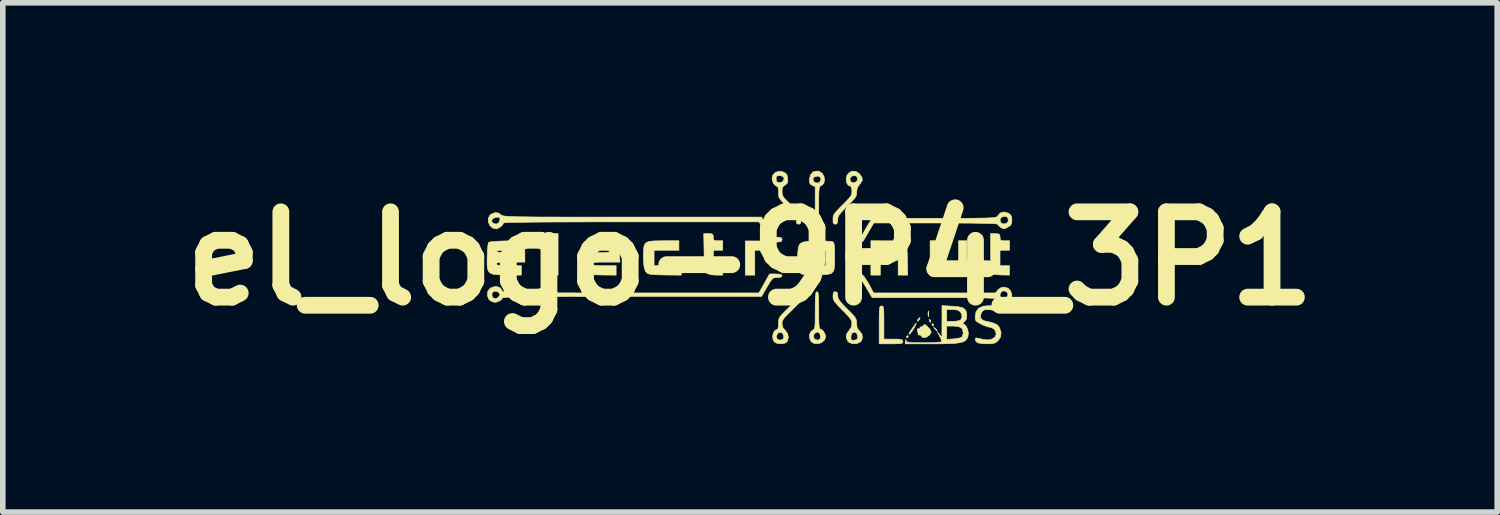
<source format=kicad_pcb>
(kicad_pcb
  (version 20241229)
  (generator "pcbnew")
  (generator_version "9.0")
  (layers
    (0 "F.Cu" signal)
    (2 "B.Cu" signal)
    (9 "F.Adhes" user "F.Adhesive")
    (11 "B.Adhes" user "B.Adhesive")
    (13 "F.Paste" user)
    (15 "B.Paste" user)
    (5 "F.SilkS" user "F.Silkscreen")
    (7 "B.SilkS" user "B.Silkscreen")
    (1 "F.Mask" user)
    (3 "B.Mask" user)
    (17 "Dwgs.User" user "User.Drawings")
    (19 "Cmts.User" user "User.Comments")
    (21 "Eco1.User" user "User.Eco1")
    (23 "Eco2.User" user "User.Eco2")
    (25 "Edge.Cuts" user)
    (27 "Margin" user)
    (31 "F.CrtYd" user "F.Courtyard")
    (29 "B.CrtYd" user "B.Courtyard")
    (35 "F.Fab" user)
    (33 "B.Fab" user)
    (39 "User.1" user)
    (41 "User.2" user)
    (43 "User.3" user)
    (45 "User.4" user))
  (footprint "el_logo-9P4_3P1"
    (layer "F.Cu")
    (at 10.349 1.569)
    (property "Reference" "el_logo-9P4_3P1" (at 0 0 0) (layer "F.SilkS") (effects (font (size 1.524 1.524) (thickness 0.3))))
    (attr through_hole)
    (fp_poly (pts (xy -3.429 0.296) (xy -3.619 0.296) (xy -3.619 -0.445) (xy -3.429 -0.445) (xy -3.429 0.296)) (stroke (width 0.01) (type solid)) (fill yes) (layer "F.SilkS"))
    (fp_poly (pts (xy 0.095 -0.314) (xy 0.275 -0.314) (xy 0.275 -0.148) (xy 0.085 -0.148) (xy 0.085 0.296) (xy -0.085 0.296) (xy -0.085 -0.315) (xy 0.095 -0.314)) (stroke (width 0.01) (type solid)) (fill yes) (layer "F.SilkS"))
    (fp_poly (pts (xy 3.217 1.095) (xy 3.225 1.11) (xy 3.23 1.14) (xy 3.216 1.134) (xy 3.206 1.12) (xy 3.199 1.093) (xy 3.202 1.088) (xy 3.217 1.095)) (stroke (width 0.01) (type solid)) (fill yes) (layer "F.SilkS"))
    (fp_poly (pts (xy 2.829 1.389) (xy 2.826 1.397) (xy 2.807 1.417) (xy 2.803 1.418) (xy 2.794 1.402) (xy 2.794 1.397) (xy 2.81 1.377) (xy 2.816 1.376) (xy 2.829 1.389)) (stroke (width 0.01) (type solid)) (fill yes) (layer "F.SilkS"))
    (fp_poly (pts (xy 3.039 1.071) (xy 3.027 1.09) (xy 3.002 1.116) (xy 2.993 1.122) (xy 2.993 1.106) (xy 2.998 1.09) (xy 3.02 1.062) (xy 3.032 1.058) (xy 3.039 1.071)) (stroke (width 0.01) (type solid)) (fill yes) (layer "F.SilkS"))
    (fp_poly (pts (xy 3.19 0.947) (xy 3.193 1.003) (xy 3.19 1.032) (xy 3.184 1.037) (xy 3.181 1.007) (xy 3.18 0.984) (xy 3.182 0.943) (xy 3.187 0.937) (xy 3.19 0.947)) (stroke (width 0.01) (type solid)) (fill yes) (layer "F.SilkS"))
    (fp_poly (pts (xy 3.28 1.18) (xy 3.281 1.185) (xy 3.274 1.206) (xy 3.271 1.206) (xy 3.253 1.192) (xy 3.249 1.185) (xy 3.251 1.166) (xy 3.258 1.164) (xy 3.28 1.18)) (stroke (width 0.01) (type solid)) (fill yes) (layer "F.SilkS"))
    (fp_poly (pts (xy 3.292 1.234) (xy 3.307 1.246) (xy 3.337 1.272) (xy 3.344 1.283) (xy 3.334 1.29) (xy 3.306 1.262) (xy 3.299 1.254) (xy 3.281 1.229) (xy 3.292 1.234)) (stroke (width 0.01) (type solid)) (fill yes) (layer "F.SilkS"))
    (fp_poly (pts (xy 2.973 1.158) (xy 2.958 1.19) (xy 2.941 1.224) (xy 2.904 1.284) (xy 2.871 1.329) (xy 2.846 1.352) (xy 2.836 1.345) (xy 2.848 1.321) (xy 2.877 1.277) (xy 2.914 1.225) (xy 2.95 1.177) (xy 2.97 1.154) (xy 2.973 1.158)) (stroke (width 0.01) (type solid)) (fill yes) (layer "F.SilkS"))
    (fp_poly (pts (xy 2.45 -0.317) (xy 2.559 -0.316) (xy 2.654 -0.312) (xy 2.727 -0.306) (xy 2.768 -0.299) (xy 2.773 -0.297) (xy 2.786 -0.28) (xy 2.796 -0.243) (xy 2.804 -0.182) (xy 2.809 -0.089) (xy 2.812 0.01) (xy 2.818 0.296) (xy 2.646 0.296) (xy 2.646 -0.148) (xy 2.328 -0.148) (xy 2.328 0.296) (xy 2.159 0.296) (xy 2.159 -0.318) (xy 2.45 -0.317)) (stroke (width 0.01) (type solid)) (fill yes) (layer "F.SilkS"))
    (fp_poly (pts (xy -1.27 -0.148) (xy -1.714 -0.148) (xy -1.714 0.127) (xy -1.228 0.127) (xy -1.228 0.296) (xy -1.487 0.294) (xy -1.591 0.292) (xy -1.683 0.289) (xy -1.752 0.285) (xy -1.789 0.281) (xy -1.838 0.261) (xy -1.872 0.221) (xy -1.892 0.157) (xy -1.903 0.061) (xy -1.905 -0.026) (xy -1.904 -0.132) (xy -1.897 -0.209) (xy -1.878 -0.261) (xy -1.841 -0.293) (xy -1.78 -0.31) (xy -1.689 -0.316) (xy -1.562 -0.317) (xy -1.545 -0.318) (xy -1.27 -0.318) (xy -1.27 -0.148)) (stroke (width 0.01) (type solid)) (fill yes) (layer "F.SilkS"))
    (fp_poly (pts (xy 3.136 1.186) (xy 3.175 1.221) (xy 3.223 1.274) (xy 3.236 1.315) (xy 3.215 1.355) (xy 3.201 1.371) (xy 3.151 1.404) (xy 3.102 1.413) (xy 3.067 1.396) (xy 3.061 1.386) (xy 3.04 1.363) (xy 3.027 1.365) (xy 3.007 1.367) (xy 3.005 1.361) (xy 3 1.329) (xy 2.991 1.293) (xy 2.987 1.258) (xy 3 1.256) (xy 3.025 1.252) (xy 3.035 1.237) (xy 3.055 1.214) (xy 3.067 1.216) (xy 3.089 1.21) (xy 3.099 1.194) (xy 3.112 1.177) (xy 3.136 1.186)) (stroke (width 0.01) (type solid)) (fill yes) (layer "F.SilkS"))
    (fp_poly (pts (xy 3.387 0.127) (xy 3.725 0.127) (xy 3.725 -0.318) (xy 3.873 -0.318) (xy 3.873 0.296) (xy 3.799 0.296) (xy 3.75 0.291) (xy 3.726 0.278) (xy 3.725 0.276) (xy 3.708 0.266) (xy 3.671 0.276) (xy 3.622 0.286) (xy 3.545 0.292) (xy 3.457 0.294) (xy 3.373 0.291) (xy 3.308 0.284) (xy 3.296 0.282) (xy 3.264 0.264) (xy 3.242 0.225) (xy 3.228 0.16) (xy 3.22 0.064) (xy 3.217 -0.069) (xy 3.217 -0.075) (xy 3.217 -0.318) (xy 3.387 -0.318) (xy 3.387 0.127)) (stroke (width 0.01) (type solid)) (fill yes) (layer "F.SilkS"))
    (fp_poly (pts (xy -0.687 -0.442) (xy -0.663 -0.429) (xy -0.656 -0.395) (xy -0.656 -0.381) (xy -0.653 -0.34) (xy -0.635 -0.322) (xy -0.59 -0.318) (xy -0.572 -0.318) (xy -0.487 -0.318) (xy -0.487 -0.148) (xy -0.656 -0.148) (xy -0.656 0.127) (xy -0.487 0.127) (xy -0.487 0.296) (xy -0.598 0.296) (xy -0.673 0.291) (xy -0.739 0.278) (xy -0.762 0.269) (xy -0.782 0.258) (xy -0.796 0.244) (xy -0.806 0.219) (xy -0.812 0.179) (xy -0.816 0.115) (xy -0.819 0.022) (xy -0.821 -0.101) (xy -0.827 -0.445) (xy -0.741 -0.445) (xy -0.687 -0.442)) (stroke (width 0.01) (type solid)) (fill yes) (layer "F.SilkS"))
    (fp_poly (pts (xy 4.436 -0.442) (xy 4.46 -0.428) (xy 4.466 -0.395) (xy 4.466 -0.381) (xy 4.47 -0.34) (xy 4.488 -0.322) (xy 4.533 -0.318) (xy 4.551 -0.318) (xy 4.636 -0.318) (xy 4.636 -0.148) (xy 4.466 -0.148) (xy 4.466 0.127) (xy 4.636 0.127) (xy 4.636 0.296) (xy 4.514 0.294) (xy 4.441 0.291) (xy 4.381 0.286) (xy 4.357 0.282) (xy 4.336 0.272) (xy 4.32 0.249) (xy 4.31 0.209) (xy 4.303 0.146) (xy 4.299 0.053) (xy 4.297 -0.073) (xy 4.297 -0.132) (xy 4.297 -0.445) (xy 4.381 -0.445) (xy 4.436 -0.442)) (stroke (width 0.01) (type solid)) (fill yes) (layer "F.SilkS"))
    (fp_poly (pts (xy 2.366 0.849) (xy 2.378 0.86) (xy 2.385 0.886) (xy 2.39 0.934) (xy 2.391 1.01) (xy 2.392 1.121) (xy 2.392 1.143) (xy 2.392 1.439) (xy 2.561 1.439) (xy 2.646 1.44) (xy 2.696 1.444) (xy 2.721 1.454) (xy 2.73 1.471) (xy 2.731 1.482) (xy 2.728 1.501) (xy 2.714 1.513) (xy 2.681 1.52) (xy 2.623 1.523) (xy 2.53 1.524) (xy 2.519 1.524) (xy 2.307 1.524) (xy 2.307 1.185) (xy 2.307 1.059) (xy 2.309 0.968) (xy 2.312 0.908) (xy 2.317 0.872) (xy 2.326 0.854) (xy 2.339 0.847) (xy 2.349 0.847) (xy 2.366 0.849)) (stroke (width 0.01) (type solid)) (fill yes) (layer "F.SilkS"))
    (fp_poly (pts (xy 1.388 -0.311) (xy 1.452 -0.305) (xy 1.482 -0.298) (xy 1.496 -0.279) (xy 1.506 -0.243) (xy 1.511 -0.18) (xy 1.513 -0.085) (xy 1.513 -0.033) (xy 1.513 0.089) (xy 1.506 0.175) (xy 1.487 0.231) (xy 1.45 0.265) (xy 1.389 0.282) (xy 1.297 0.288) (xy 1.201 0.291) (xy 1.1 0.291) (xy 1.012 0.288) (xy 0.946 0.282) (xy 0.917 0.276) (xy 0.88 0.238) (xy 0.857 0.161) (xy 0.847 0.049) (xy 0.852 -0.088) (xy 0.857 -0.148) (xy 1.016 -0.148) (xy 1.016 0.127) (xy 1.355 0.127) (xy 1.355 -0.148) (xy 1.016 -0.148) (xy 0.857 -0.148) (xy 0.859 -0.171) (xy 0.873 -0.23) (xy 0.898 -0.269) (xy 0.943 -0.292) (xy 1.012 -0.305) (xy 1.114 -0.311) (xy 1.191 -0.313) (xy 1.298 -0.314) (xy 1.388 -0.311)) (stroke (width 0.01) (type solid)) (fill yes) (layer "F.SilkS"))
    (fp_poly (pts (xy 1.242 -1.555) (xy 1.292 -1.52) (xy 1.322 -1.465) (xy 1.332 -1.403) (xy 1.319 -1.346) (xy 1.283 -1.307) (xy 1.27 -1.302) (xy 1.254 -1.294) (xy 1.243 -1.28) (xy 1.235 -1.251) (xy 1.231 -1.203) (xy 1.228 -1.128) (xy 1.228 -1.021) (xy 1.228 -0.951) (xy 1.227 -0.823) (xy 1.225 -0.731) (xy 1.221 -0.669) (xy 1.215 -0.633) (xy 1.205 -0.617) (xy 1.196 -0.614) (xy 1.184 -0.619) (xy 1.175 -0.64) (xy 1.169 -0.682) (xy 1.166 -0.75) (xy 1.164 -0.85) (xy 1.164 -0.949) (xy 1.164 -1.284) (xy 1.11 -1.309) (xy 1.076 -1.33) (xy 1.062 -1.362) (xy 1.062 -1.42) (xy 1.062 -1.423) (xy 1.063 -1.423) (xy 1.123 -1.423) (xy 1.134 -1.382) (xy 1.154 -1.362) (xy 1.202 -1.347) (xy 1.244 -1.364) (xy 1.266 -1.405) (xy 1.266 -1.425) (xy 1.25 -1.459) (xy 1.21 -1.471) (xy 1.196 -1.471) (xy 1.145 -1.457) (xy 1.123 -1.423) (xy 1.063 -1.423) (xy 1.084 -1.502) (xy 1.13 -1.55) (xy 1.195 -1.564) (xy 1.242 -1.555)) (stroke (width 0.01) (type solid)) (fill yes) (layer "F.SilkS"))
    (fp_poly (pts (xy 1.208 0.598) (xy 1.217 0.619) (xy 1.223 0.661) (xy 1.226 0.73) (xy 1.227 0.831) (xy 1.228 0.923) (xy 1.228 1.048) (xy 1.23 1.137) (xy 1.233 1.197) (xy 1.239 1.233) (xy 1.249 1.253) (xy 1.262 1.262) (xy 1.268 1.263) (xy 1.304 1.289) (xy 1.335 1.337) (xy 1.335 1.338) (xy 1.351 1.391) (xy 1.34 1.435) (xy 1.328 1.457) (xy 1.279 1.502) (xy 1.213 1.522) (xy 1.145 1.516) (xy 1.093 1.485) (xy 1.065 1.429) (xy 1.064 1.406) (xy 1.133 1.406) (xy 1.158 1.444) (xy 1.208 1.457) (xy 1.215 1.456) (xy 1.248 1.44) (xy 1.259 1.397) (xy 1.259 1.386) (xy 1.245 1.335) (xy 1.211 1.313) (xy 1.17 1.323) (xy 1.143 1.355) (xy 1.133 1.406) (xy 1.064 1.406) (xy 1.062 1.365) (xy 1.083 1.31) (xy 1.117 1.281) (xy 1.134 1.271) (xy 1.147 1.257) (xy 1.156 1.231) (xy 1.161 1.187) (xy 1.163 1.119) (xy 1.164 1.019) (xy 1.164 0.926) (xy 1.165 0.799) (xy 1.167 0.707) (xy 1.171 0.647) (xy 1.177 0.612) (xy 1.187 0.596) (xy 1.196 0.593) (xy 1.208 0.598)) (stroke (width 0.01) (type solid)) (fill yes) (layer "F.SilkS"))
    (fp_poly (pts (xy -4.077 -0.261) (xy -4.045 -0.221) (xy -4.029 -0.176) (xy -4.022 -0.113) (xy -4.022 -0.069) (xy -4.022 0.064) (xy -4.276 0.064) (xy -4.385 0.064) (xy -4.459 0.067) (xy -4.503 0.073) (xy -4.525 0.083) (xy -4.53 0.095) (xy -4.523 0.11) (xy -4.498 0.119) (xy -4.448 0.125) (xy -4.366 0.127) (xy -4.307 0.127) (xy -4.085 0.127) (xy -4.085 0.296) (xy -4.323 0.295) (xy -4.424 0.293) (xy -4.511 0.288) (xy -4.576 0.282) (xy -4.604 0.276) (xy -4.646 0.255) (xy -4.673 0.226) (xy -4.69 0.182) (xy -4.697 0.114) (xy -4.697 0.015) (xy -4.696 -0.04) (xy -4.692 -0.127) (xy -4.53 -0.127) (xy -4.51 -0.116) (xy -4.457 -0.109) (xy -4.378 -0.106) (xy -4.371 -0.106) (xy -4.291 -0.108) (xy -4.235 -0.116) (xy -4.212 -0.126) (xy -4.212 -0.127) (xy -4.232 -0.138) (xy -4.285 -0.145) (xy -4.363 -0.148) (xy -4.371 -0.148) (xy -4.451 -0.146) (xy -4.507 -0.138) (xy -4.53 -0.128) (xy -4.53 -0.127) (xy -4.692 -0.127) (xy -4.691 -0.135) (xy -4.685 -0.215) (xy -4.677 -0.27) (xy -4.671 -0.289) (xy -4.644 -0.297) (xy -4.584 -0.304) (xy -4.499 -0.31) (xy -4.398 -0.314) (xy -4.393 -0.314) (xy -4.132 -0.321) (xy -4.077 -0.261)) (stroke (width 0.01) (type solid)) (fill yes) (layer "F.SilkS"))
    (fp_poly (pts (xy 0.9 0.606) (xy 0.909 0.651) (xy 0.91 0.68) (xy 0.908 0.721) (xy 0.898 0.755) (xy 0.875 0.792) (xy 0.833 0.838) (xy 0.768 0.903) (xy 0.741 0.929) (xy 0.665 1.003) (xy 0.616 1.056) (xy 0.587 1.096) (xy 0.574 1.131) (xy 0.572 1.163) (xy 0.585 1.231) (xy 0.628 1.282) (xy 0.671 1.339) (xy 0.685 1.409) (xy 0.668 1.475) (xy 0.657 1.491) (xy 0.614 1.515) (xy 0.551 1.523) (xy 0.485 1.516) (xy 0.437 1.492) (xy 0.435 1.491) (xy 0.41 1.443) (xy 0.404 1.384) (xy 0.405 1.383) (xy 0.47 1.383) (xy 0.478 1.427) (xy 0.514 1.454) (xy 0.547 1.456) (xy 0.59 1.442) (xy 0.603 1.406) (xy 0.603 1.399) (xy 0.589 1.347) (xy 0.555 1.32) (xy 0.513 1.324) (xy 0.496 1.337) (xy 0.47 1.383) (xy 0.405 1.383) (xy 0.417 1.326) (xy 0.444 1.284) (xy 0.477 1.27) (xy 0.497 1.258) (xy 0.506 1.217) (xy 0.508 1.163) (xy 0.509 1.115) (xy 0.516 1.078) (xy 0.533 1.043) (xy 0.567 1.002) (xy 0.622 0.946) (xy 0.677 0.892) (xy 0.754 0.815) (xy 0.804 0.76) (xy 0.833 0.718) (xy 0.845 0.683) (xy 0.847 0.66) (xy 0.855 0.608) (xy 0.878 0.593) (xy 0.9 0.606)) (stroke (width 0.01) (type solid)) (fill yes) (layer "F.SilkS"))
    (fp_poly (pts (xy 1.554 0.602) (xy 1.565 0.636) (xy 1.566 0.662) (xy 1.571 0.697) (xy 1.587 0.734) (xy 1.622 0.78) (xy 1.678 0.842) (xy 1.736 0.9) (xy 1.809 0.974) (xy 1.858 1.027) (xy 1.887 1.067) (xy 1.9 1.102) (xy 1.905 1.14) (xy 1.905 1.161) (xy 1.911 1.228) (xy 1.934 1.273) (xy 1.958 1.295) (xy 2 1.35) (xy 2.009 1.415) (xy 1.985 1.475) (xy 1.972 1.489) (xy 1.914 1.518) (xy 1.843 1.522) (xy 1.778 1.503) (xy 1.751 1.481) (xy 1.73 1.439) (xy 1.803 1.439) (xy 1.819 1.458) (xy 1.849 1.46) (xy 1.895 1.452) (xy 1.916 1.438) (xy 1.922 1.402) (xy 1.917 1.363) (xy 1.896 1.323) (xy 1.857 1.316) (xy 1.857 1.316) (xy 1.821 1.333) (xy 1.805 1.376) (xy 1.803 1.392) (xy 1.803 1.439) (xy 1.73 1.439) (xy 1.718 1.415) (xy 1.726 1.347) (xy 1.767 1.288) (xy 1.811 1.222) (xy 1.82 1.164) (xy 1.817 1.127) (xy 1.803 1.092) (xy 1.773 1.05) (xy 1.723 0.994) (xy 1.651 0.921) (xy 1.576 0.845) (xy 1.527 0.791) (xy 1.499 0.75) (xy 1.485 0.714) (xy 1.482 0.677) (xy 1.482 0.673) (xy 1.486 0.619) (xy 1.502 0.596) (xy 1.524 0.593) (xy 1.554 0.602)) (stroke (width 0.01) (type solid)) (fill yes) (layer "F.SilkS"))
    (fp_poly (pts (xy -2.546 -0.316) (xy -2.458 -0.307) (xy -2.399 -0.287) (xy -2.363 -0.251) (xy -2.343 -0.196) (xy -2.334 -0.116) (xy -2.332 -0.087) (xy -2.324 0.064) (xy -2.58 0.064) (xy -2.69 0.064) (xy -2.764 0.067) (xy -2.809 0.073) (xy -2.831 0.082) (xy -2.836 0.095) (xy -2.83 0.11) (xy -2.805 0.119) (xy -2.755 0.125) (xy -2.673 0.127) (xy -2.614 0.127) (xy -2.392 0.127) (xy -2.392 0.296) (xy -2.619 0.294) (xy -2.717 0.292) (xy -2.803 0.289) (xy -2.865 0.284) (xy -2.889 0.281) (xy -2.928 0.269) (xy -2.955 0.249) (xy -2.971 0.214) (xy -2.98 0.157) (xy -2.984 0.072) (xy -2.985 -0.023) (xy -2.984 -0.127) (xy -2.836 -0.127) (xy -2.817 -0.117) (xy -2.762 -0.109) (xy -2.682 -0.106) (xy -2.667 -0.106) (xy -2.583 -0.108) (xy -2.524 -0.115) (xy -2.498 -0.125) (xy -2.498 -0.127) (xy -2.517 -0.137) (xy -2.572 -0.145) (xy -2.652 -0.148) (xy -2.667 -0.148) (xy -2.751 -0.146) (xy -2.81 -0.139) (xy -2.836 -0.129) (xy -2.836 -0.127) (xy -2.984 -0.127) (xy -2.984 -0.131) (xy -2.981 -0.204) (xy -2.975 -0.25) (xy -2.965 -0.277) (xy -2.95 -0.292) (xy -2.944 -0.296) (xy -2.906 -0.305) (xy -2.837 -0.312) (xy -2.747 -0.316) (xy -2.671 -0.318) (xy -2.546 -0.316)) (stroke (width 0.01) (type solid)) (fill yes) (layer "F.SilkS"))
    (fp_poly (pts (xy 4.358 0.852) (xy 4.424 0.868) (xy 4.457 0.887) (xy 4.466 0.914) (xy 4.466 0.915) (xy 4.458 0.945) (xy 4.429 0.94) (xy 4.387 0.929) (xy 4.321 0.919) (xy 4.283 0.915) (xy 4.216 0.912) (xy 4.177 0.92) (xy 4.15 0.943) (xy 4.138 0.96) (xy 4.114 1.023) (xy 4.127 1.075) (xy 4.173 1.109) (xy 4.187 1.112) (xy 4.291 1.136) (xy 4.362 1.157) (xy 4.409 1.18) (xy 4.439 1.208) (xy 4.452 1.227) (xy 4.485 1.316) (xy 4.478 1.398) (xy 4.432 1.468) (xy 4.429 1.47) (xy 4.391 1.5) (xy 4.348 1.517) (xy 4.287 1.523) (xy 4.234 1.523) (xy 4.156 1.52) (xy 4.092 1.511) (xy 4.059 1.501) (xy 4.031 1.473) (xy 4.022 1.44) (xy 4.035 1.419) (xy 4.043 1.418) (xy 4.074 1.423) (xy 4.13 1.436) (xy 4.156 1.443) (xy 4.248 1.454) (xy 4.324 1.438) (xy 4.377 1.399) (xy 4.395 1.362) (xy 4.39 1.304) (xy 4.355 1.255) (xy 4.301 1.229) (xy 4.287 1.228) (xy 4.244 1.218) (xy 4.179 1.195) (xy 4.132 1.173) (xy 4.07 1.14) (xy 4.037 1.114) (xy 4.024 1.081) (xy 4.022 1.03) (xy 4.022 1.029) (xy 4.039 0.946) (xy 4.09 0.885) (xy 4.17 0.85) (xy 4.275 0.841) (xy 4.358 0.852)) (stroke (width 0.01) (type solid)) (fill yes) (layer "F.SilkS"))
    (fp_poly (pts (xy 1.887 -1.558) (xy 1.952 -1.517) (xy 1.959 -1.51) (xy 2.002 -1.448) (xy 2.004 -1.392) (xy 1.967 -1.334) (xy 1.958 -1.325) (xy 1.917 -1.266) (xy 1.905 -1.191) (xy 1.905 -1.187) (xy 1.903 -1.147) (xy 1.892 -1.112) (xy 1.868 -1.074) (xy 1.825 -1.025) (xy 1.758 -0.957) (xy 1.736 -0.935) (xy 1.661 -0.86) (xy 1.612 -0.805) (xy 1.583 -0.764) (xy 1.57 -0.729) (xy 1.566 -0.692) (xy 1.566 -0.691) (xy 1.562 -0.639) (xy 1.545 -0.617) (xy 1.524 -0.614) (xy 1.497 -0.621) (xy 1.484 -0.649) (xy 1.482 -0.701) (xy 1.484 -0.742) (xy 1.494 -0.776) (xy 1.517 -0.814) (xy 1.559 -0.862) (xy 1.624 -0.929) (xy 1.651 -0.955) (xy 1.725 -1.029) (xy 1.774 -1.083) (xy 1.803 -1.123) (xy 1.816 -1.158) (xy 1.82 -1.196) (xy 1.82 -1.206) (xy 1.815 -1.259) (xy 1.803 -1.289) (xy 1.798 -1.291) (xy 1.754 -1.309) (xy 1.726 -1.354) (xy 1.717 -1.414) (xy 1.718 -1.423) (xy 1.785 -1.423) (xy 1.792 -1.386) (xy 1.82 -1.359) (xy 1.864 -1.356) (xy 1.903 -1.376) (xy 1.916 -1.397) (xy 1.919 -1.449) (xy 1.889 -1.477) (xy 1.853 -1.482) (xy 1.805 -1.465) (xy 1.785 -1.423) (xy 1.718 -1.423) (xy 1.727 -1.476) (xy 1.757 -1.524) (xy 1.819 -1.561) (xy 1.887 -1.558)) (stroke (width 0.01) (type solid)) (fill yes) (layer "F.SilkS"))
    (fp_poly (pts (xy 1.97 0.279) (xy 2.011 0.293) (xy 2.041 0.325) (xy 2.046 0.333) (xy 2.1 0.417) (xy 2.14 0.486) (xy 2.171 0.545) (xy 2.206 0.614) (xy 4.386 0.614) (xy 4.428 0.561) (xy 4.483 0.519) (xy 4.547 0.51) (xy 4.608 0.53) (xy 4.655 0.575) (xy 4.677 0.642) (xy 4.678 0.655) (xy 4.658 0.722) (xy 4.622 0.76) (xy 4.569 0.795) (xy 4.526 0.8) (xy 4.477 0.779) (xy 4.435 0.748) (xy 4.417 0.727) (xy 4.407 0.72) (xy 4.381 0.715) (xy 4.338 0.71) (xy 4.273 0.707) (xy 4.185 0.704) (xy 4.069 0.702) (xy 3.923 0.7) (xy 3.743 0.699) (xy 3.527 0.699) (xy 3.291 0.699) (xy 2.182 0.699) (xy 2.158 0.658) (xy 4.465 0.658) (xy 4.477 0.702) (xy 4.481 0.706) (xy 4.518 0.717) (xy 4.564 0.704) (xy 4.601 0.673) (xy 4.601 0.672) (xy 4.608 0.63) (xy 4.585 0.595) (xy 4.542 0.578) (xy 4.511 0.581) (xy 4.477 0.611) (xy 4.465 0.658) (xy 2.158 0.658) (xy 2.079 0.524) (xy 2.03 0.443) (xy 1.996 0.392) (xy 1.967 0.363) (xy 1.937 0.349) (xy 1.898 0.344) (xy 1.888 0.343) (xy 1.824 0.331) (xy 1.8 0.31) (xy 1.799 0.306) (xy 1.812 0.286) (xy 1.855 0.277) (xy 1.904 0.275) (xy 1.97 0.279)) (stroke (width 0.01) (type solid)) (fill yes) (layer "F.SilkS"))
    (fp_poly (pts (xy 0.588 -1.55) (xy 0.608 -1.541) (xy 0.648 -1.513) (xy 0.668 -1.47) (xy 0.673 -1.427) (xy 0.673 -1.369) (xy 0.657 -1.335) (xy 0.625 -1.313) (xy 0.589 -1.285) (xy 0.574 -1.244) (xy 0.572 -1.197) (xy 0.574 -1.157) (xy 0.583 -1.123) (xy 0.607 -1.087) (xy 0.649 -1.041) (xy 0.715 -0.978) (xy 0.741 -0.955) (xy 0.816 -0.886) (xy 0.864 -0.836) (xy 0.893 -0.799) (xy 0.906 -0.765) (xy 0.91 -0.727) (xy 0.91 -0.707) (xy 0.907 -0.648) (xy 0.895 -0.621) (xy 0.869 -0.614) (xy 0.868 -0.614) (xy 0.84 -0.621) (xy 0.827 -0.651) (xy 0.826 -0.694) (xy 0.823 -0.734) (xy 0.81 -0.769) (xy 0.783 -0.808) (xy 0.735 -0.86) (xy 0.667 -0.926) (xy 0.596 -0.994) (xy 0.55 -1.043) (xy 0.523 -1.08) (xy 0.511 -1.116) (xy 0.508 -1.158) (xy 0.508 -1.184) (xy 0.505 -1.251) (xy 0.493 -1.284) (xy 0.477 -1.291) (xy 0.447 -1.308) (xy 0.415 -1.35) (xy 0.412 -1.356) (xy 0.393 -1.429) (xy 0.393 -1.432) (xy 0.466 -1.432) (xy 0.471 -1.388) (xy 0.48 -1.369) (xy 0.519 -1.355) (xy 0.567 -1.366) (xy 0.592 -1.386) (xy 0.61 -1.43) (xy 0.592 -1.465) (xy 0.541 -1.481) (xy 0.53 -1.482) (xy 0.484 -1.476) (xy 0.467 -1.452) (xy 0.466 -1.432) (xy 0.393 -1.432) (xy 0.408 -1.492) (xy 0.451 -1.538) (xy 0.513 -1.559) (xy 0.588 -1.55)) (stroke (width 0.01) (type solid)) (fill yes) (layer "F.SilkS"))
    (fp_poly (pts (xy 3.608 0.851) (xy 3.721 0.861) (xy 3.798 0.88) (xy 3.845 0.913) (xy 3.868 0.962) (xy 3.873 1.018) (xy 3.863 1.087) (xy 3.83 1.129) (xy 3.802 1.152) (xy 3.808 1.166) (xy 3.821 1.172) (xy 3.86 1.207) (xy 3.889 1.267) (xy 3.901 1.336) (xy 3.893 1.392) (xy 3.876 1.431) (xy 3.851 1.461) (xy 3.813 1.485) (xy 3.758 1.501) (xy 3.68 1.513) (xy 3.575 1.52) (xy 3.438 1.523) (xy 3.264 1.524) (xy 3.248 1.524) (xy 2.773 1.524) (xy 2.775 1.476) (xy 2.779 1.448) (xy 2.786 1.46) (xy 2.787 1.466) (xy 2.795 1.48) (xy 2.813 1.49) (xy 2.849 1.497) (xy 2.907 1.501) (xy 2.996 1.502) (xy 3.113 1.503) (xy 3.231 1.502) (xy 3.327 1.498) (xy 3.394 1.492) (xy 3.427 1.485) (xy 3.429 1.483) (xy 3.419 1.453) (xy 3.396 1.403) (xy 3.384 1.382) (xy 3.34 1.302) (xy 3.384 1.355) (xy 3.428 1.408) (xy 3.428 1.206) (xy 3.514 1.206) (xy 3.514 1.444) (xy 3.642 1.435) (xy 3.725 1.424) (xy 3.778 1.406) (xy 3.79 1.396) (xy 3.809 1.333) (xy 3.797 1.269) (xy 3.777 1.24) (xy 3.725 1.215) (xy 3.635 1.207) (xy 3.629 1.206) (xy 3.514 1.206) (xy 3.428 1.206) (xy 3.429 1.124) (xy 3.429 0.91) (xy 3.514 0.91) (xy 3.514 1.122) (xy 3.626 1.122) (xy 3.694 1.117) (xy 3.746 1.106) (xy 3.763 1.096) (xy 3.787 1.046) (xy 3.778 0.986) (xy 3.754 0.949) (xy 3.709 0.921) (xy 3.635 0.91) (xy 3.616 0.91) (xy 3.514 0.91) (xy 3.429 0.91) (xy 3.429 0.841) (xy 3.608 0.851)) (stroke (width 0.01) (type solid)) (fill yes) (layer "F.SilkS"))
    (fp_poly (pts (xy 0.529 0.278) (xy 0.563 0.289) (xy 0.572 0.307) (xy 0.557 0.329) (xy 0.511 0.338) (xy 0.487 0.339) (xy 0.447 0.34) (xy 0.417 0.349) (xy 0.39 0.373) (xy 0.358 0.417) (xy 0.314 0.491) (xy 0.304 0.508) (xy 0.206 0.677) (xy -2.109 0.677) (xy -2.48 0.677) (xy -2.811 0.678) (xy -3.103 0.678) (xy -3.36 0.679) (xy -3.583 0.68) (xy -3.774 0.681) (xy -3.936 0.682) (xy -4.07 0.684) (xy -4.18 0.686) (xy -4.266 0.688) (xy -4.331 0.691) (xy -4.377 0.695) (xy -4.406 0.698) (xy -4.421 0.702) (xy -4.424 0.706) (xy -4.442 0.733) (xy -4.484 0.761) (xy -4.533 0.779) (xy -4.557 0.782) (xy -4.596 0.773) (xy -4.628 0.762) (xy -4.668 0.726) (xy -4.69 0.667) (xy -4.689 0.633) (xy -4.611 0.633) (xy -4.606 0.679) (xy -4.59 0.701) (xy -4.557 0.717) (xy -4.528 0.71) (xy -4.497 0.689) (xy -4.469 0.659) (xy -4.476 0.625) (xy -4.479 0.62) (xy -4.517 0.587) (xy -4.562 0.582) (xy -4.599 0.604) (xy -4.611 0.633) (xy -4.689 0.633) (xy -4.689 0.602) (xy -4.678 0.572) (xy -4.635 0.526) (xy -4.575 0.503) (xy -4.513 0.503) (xy -4.46 0.526) (xy -4.43 0.572) (xy -4.428 0.578) (xy -4.423 0.584) (xy -4.413 0.589) (xy -4.396 0.594) (xy -4.369 0.598) (xy -4.33 0.601) (xy -4.277 0.604) (xy -4.207 0.607) (xy -4.118 0.609) (xy -4.007 0.61) (xy -3.873 0.611) (xy -3.712 0.612) (xy -3.523 0.613) (xy -3.303 0.613) (xy -3.049 0.614) (xy -2.76 0.614) (xy -2.433 0.614) (xy -2.13 0.614) (xy 0.159 0.614) (xy 0.349 0.275) (xy 0.46 0.275) (xy 0.529 0.278)) (stroke (width 0.01) (type solid)) (fill yes) (layer "F.SilkS"))
    (fp_poly (pts (xy -4.492 -0.813) (xy -4.45 -0.783) (xy -4.442 -0.777) (xy -4.432 -0.771) (xy -4.418 -0.765) (xy -4.396 -0.761) (xy -4.366 -0.757) (xy -4.324 -0.753) (xy -4.267 -0.751) (xy -4.195 -0.748) (xy -4.103 -0.746) (xy -3.991 -0.745) (xy -3.854 -0.743) (xy -3.692 -0.742) (xy -3.501 -0.742) (xy -3.28 -0.741) (xy -3.025 -0.741) (xy -2.735 -0.741) (xy -2.407 -0.741) (xy -2.099 -0.741) (xy 0.207 -0.741) (xy 0.265 -0.63) (xy 0.301 -0.564) (xy 0.333 -0.51) (xy 0.348 -0.487) (xy 0.378 -0.439) (xy 0.388 -0.418) (xy 0.412 -0.392) (xy 0.465 -0.381) (xy 0.486 -0.381) (xy 0.542 -0.378) (xy 0.567 -0.363) (xy 0.572 -0.339) (xy 0.565 -0.312) (xy 0.538 -0.299) (xy 0.481 -0.296) (xy 0.48 -0.296) (xy 0.4 -0.306) (xy 0.358 -0.333) (xy 0.328 -0.377) (xy 0.293 -0.435) (xy 0.288 -0.445) (xy 0.248 -0.515) (xy 0.205 -0.584) (xy 0.204 -0.587) (xy 0.159 -0.656) (xy -2.122 -0.656) (xy -2.505 -0.656) (xy -2.855 -0.655) (xy -3.173 -0.654) (xy -3.457 -0.653) (xy -3.706 -0.652) (xy -3.918 -0.65) (xy -4.094 -0.647) (xy -4.231 -0.645) (xy -4.329 -0.642) (xy -4.386 -0.639) (xy -4.403 -0.636) (xy -4.42 -0.601) (xy -4.46 -0.564) (xy -4.509 -0.537) (xy -4.539 -0.53) (xy -4.603 -0.548) (xy -4.65 -0.593) (xy -4.675 -0.654) (xy -4.675 -0.688) (xy -4.613 -0.688) (xy -4.61 -0.652) (xy -4.59 -0.632) (xy -4.536 -0.616) (xy -4.492 -0.635) (xy -4.47 -0.684) (xy -4.469 -0.724) (xy -4.487 -0.739) (xy -4.533 -0.737) (xy -4.586 -0.72) (xy -4.613 -0.688) (xy -4.675 -0.688) (xy -4.676 -0.717) (xy -4.647 -0.773) (xy -4.626 -0.791) (xy -4.555 -0.822) (xy -4.492 -0.813)) (stroke (width 0.01) (type solid)) (fill yes) (layer "F.SilkS"))
    (fp_poly (pts (xy 4.611 -0.813) (xy 4.616 -0.811) (xy 4.657 -0.779) (xy 4.675 -0.739) (xy 4.678 -0.687) (xy 4.673 -0.627) (xy 4.653 -0.592) (xy 4.607 -0.561) (xy 4.606 -0.561) (xy 4.556 -0.537) (xy 4.523 -0.534) (xy 4.487 -0.552) (xy 4.479 -0.558) (xy 4.44 -0.589) (xy 4.424 -0.614) (xy 4.424 -0.614) (xy 4.403 -0.619) (xy 4.341 -0.624) (xy 4.239 -0.627) (xy 4.099 -0.63) (xy 3.922 -0.633) (xy 3.71 -0.634) (xy 3.463 -0.635) (xy 3.317 -0.635) (xy 2.21 -0.635) (xy 2.115 -0.471) (xy 2.019 -0.307) (xy 1.909 -0.301) (xy 1.845 -0.299) (xy 1.812 -0.305) (xy 1.8 -0.322) (xy 1.799 -0.338) (xy 1.805 -0.365) (xy 1.831 -0.378) (xy 1.887 -0.381) (xy 1.892 -0.381) (xy 1.945 -0.383) (xy 1.979 -0.395) (xy 2.006 -0.426) (xy 2.039 -0.485) (xy 2.043 -0.492) (xy 2.079 -0.559) (xy 2.113 -0.613) (xy 2.13 -0.637) (xy 2.154 -0.675) (xy 2.157 -0.687) (xy 4.466 -0.687) (xy 4.482 -0.638) (xy 4.525 -0.617) (xy 4.581 -0.627) (xy 4.607 -0.655) (xy 4.613 -0.699) (xy 4.599 -0.737) (xy 4.585 -0.748) (xy 4.529 -0.753) (xy 4.485 -0.731) (xy 4.466 -0.689) (xy 4.466 -0.687) (xy 2.157 -0.687) (xy 2.159 -0.695) (xy 2.17 -0.701) (xy 2.204 -0.706) (xy 2.264 -0.71) (xy 2.352 -0.713) (xy 2.47 -0.716) (xy 2.622 -0.717) (xy 2.808 -0.719) (xy 3.032 -0.719) (xy 3.28 -0.72) (xy 3.526 -0.72) (xy 3.734 -0.72) (xy 3.906 -0.72) (xy 4.045 -0.721) (xy 4.157 -0.723) (xy 4.243 -0.725) (xy 4.307 -0.728) (xy 4.353 -0.731) (xy 4.384 -0.736) (xy 4.403 -0.742) (xy 4.415 -0.75) (xy 4.422 -0.758) (xy 4.424 -0.763) (xy 4.473 -0.815) (xy 4.539 -0.833) (xy 4.611 -0.813)) (stroke (width 0.01) (type solid)) (fill yes) (layer "F.SilkS")))
  (gr_rect
    (start -3 -3)
    (end 23.697 6.098)
    (stroke (width 0.1) (type default))
    (fill no)
    (layer "Edge.Cuts")))
</source>
